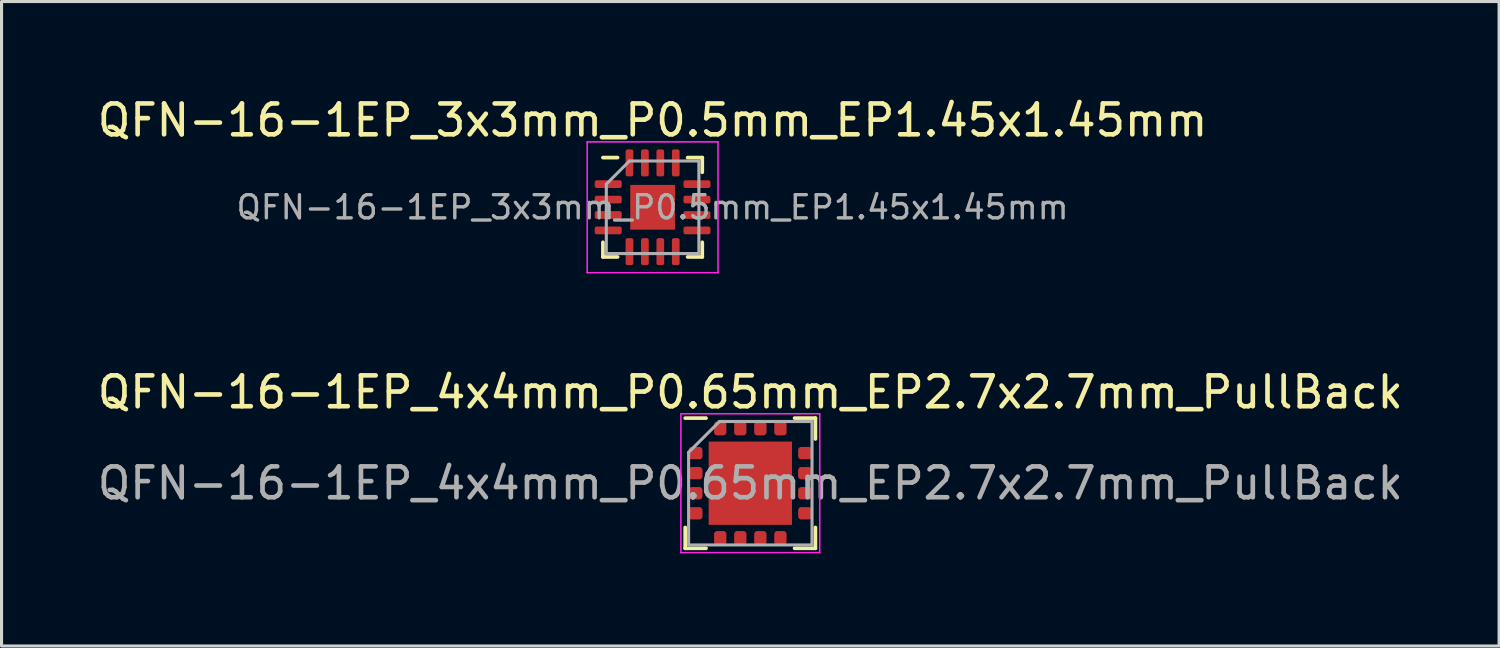
<source format=kicad_pcb>
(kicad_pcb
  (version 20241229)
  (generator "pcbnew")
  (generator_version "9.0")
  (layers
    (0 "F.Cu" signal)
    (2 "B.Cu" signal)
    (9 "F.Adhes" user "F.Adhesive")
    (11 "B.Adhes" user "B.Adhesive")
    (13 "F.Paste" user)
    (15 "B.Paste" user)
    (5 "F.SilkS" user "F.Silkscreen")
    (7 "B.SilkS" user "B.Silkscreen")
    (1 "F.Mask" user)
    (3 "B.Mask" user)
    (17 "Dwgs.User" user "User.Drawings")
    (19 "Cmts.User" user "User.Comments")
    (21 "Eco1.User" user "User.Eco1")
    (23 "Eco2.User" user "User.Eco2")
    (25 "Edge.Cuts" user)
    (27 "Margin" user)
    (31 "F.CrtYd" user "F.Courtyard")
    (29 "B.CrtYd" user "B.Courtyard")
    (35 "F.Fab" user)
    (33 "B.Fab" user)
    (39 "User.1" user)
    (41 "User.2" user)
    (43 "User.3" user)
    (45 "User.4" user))
  (footprint "QFN-16-1EP_3x3mm_P0.5mm_EP1.45x1.45mm"
    (layer "F.Cu")
    (at 18.101 3.668)
    (property "Reference" "QFN-16-1EP_3x3mm_P0.5mm_EP1.45x1.45mm" (at 0 -2.82 0) (layer "F.SilkS") (effects (font (size 1 1) (thickness 0.15))))
    (attr smd)
    (fp_line (start -1.61 1.61) (end -1.61 1.135) (stroke (width 0.12) (type solid)) (layer "F.SilkS"))
    (fp_line (start -1.135 -1.61) (end -1.61 -1.61) (stroke (width 0.12) (type solid)) (layer "F.SilkS"))
    (fp_line (start -1.135 1.61) (end -1.61 1.61) (stroke (width 0.12) (type solid)) (layer "F.SilkS"))
    (fp_line (start 1.135 -1.61) (end 1.61 -1.61) (stroke (width 0.12) (type solid)) (layer "F.SilkS"))
    (fp_line (start 1.135 1.61) (end 1.61 1.61) (stroke (width 0.12) (type solid)) (layer "F.SilkS"))
    (fp_line (start 1.61 -1.61) (end 1.61 -1.135) (stroke (width 0.12) (type solid)) (layer "F.SilkS"))
    (fp_line (start 1.61 1.61) (end 1.61 1.135) (stroke (width 0.12) (type solid)) (layer "F.SilkS"))
    (fp_line (start -2.12 -2.12) (end -2.12 2.12) (stroke (width 0.05) (type solid)) (layer "F.CrtYd"))
    (fp_line (start -2.12 2.12) (end 2.12 2.12) (stroke (width 0.05) (type solid)) (layer "F.CrtYd"))
    (fp_line (start 2.12 -2.12) (end -2.12 -2.12) (stroke (width 0.05) (type solid)) (layer "F.CrtYd"))
    (fp_line (start 2.12 2.12) (end 2.12 -2.12) (stroke (width 0.05) (type solid)) (layer "F.CrtYd"))
    (fp_line (start -1.5 -0.75) (end -0.75 -1.5) (stroke (width 0.1) (type solid)) (layer "F.Fab"))
    (fp_line (start -1.5 1.5) (end -1.5 -0.75) (stroke (width 0.1) (type solid)) (layer "F.Fab"))
    (fp_line (start -0.75 -1.5) (end 1.5 -1.5) (stroke (width 0.1) (type solid)) (layer "F.Fab"))
    (fp_line (start 1.5 -1.5) (end 1.5 1.5) (stroke (width 0.1) (type solid)) (layer "F.Fab"))
    (fp_line (start 1.5 1.5) (end -1.5 1.5) (stroke (width 0.1) (type solid)) (layer "F.Fab"))
    (fp_text user "${REFERENCE}" (at 0 0 0) (layer "F.Fab") (effects (font (size 0.75 0.75) (thickness 0.11))))
    (pad "" smd roundrect (at -0.36 -0.36) (size 0.58 0.58) (layers "F.Paste") (roundrect_rratio 0.25))
    (pad "" smd roundrect (at -0.36 0.36) (size 0.58 0.58) (layers "F.Paste") (roundrect_rratio 0.25))
    (pad "" smd roundrect (at 0.36 -0.36) (size 0.58 0.58) (layers "F.Paste") (roundrect_rratio 0.25))
    (pad "" smd roundrect (at 0.36 0.36) (size 0.58 0.58) (layers "F.Paste") (roundrect_rratio 0.25))
    (pad "1" smd roundrect (at -1.438 -0.75) (size 0.875 0.25) (layers "F.Cu" "F.Mask" "F.Paste") (roundrect_rratio 0.25))
    (pad "2" smd roundrect (at -1.438 -0.25) (size 0.875 0.25) (layers "F.Cu" "F.Mask" "F.Paste") (roundrect_rratio 0.25))
    (pad "3" smd roundrect (at -1.438 0.25) (size 0.875 0.25) (layers "F.Cu" "F.Mask" "F.Paste") (roundrect_rratio 0.25))
    (pad "4" smd roundrect (at -1.438 0.75) (size 0.875 0.25) (layers "F.Cu" "F.Mask" "F.Paste") (roundrect_rratio 0.25))
    (pad "5" smd roundrect (at -0.75 1.438) (size 0.25 0.875) (layers "F.Cu" "F.Mask" "F.Paste") (roundrect_rratio 0.25))
    (pad "6" smd roundrect (at -0.25 1.438) (size 0.25 0.875) (layers "F.Cu" "F.Mask" "F.Paste") (roundrect_rratio 0.25))
    (pad "7" smd roundrect (at 0.25 1.438) (size 0.25 0.875) (layers "F.Cu" "F.Mask" "F.Paste") (roundrect_rratio 0.25))
    (pad "8" smd roundrect (at 0.75 1.438) (size 0.25 0.875) (layers "F.Cu" "F.Mask" "F.Paste") (roundrect_rratio 0.25))
    (pad "9" smd roundrect (at 1.438 0.75) (size 0.875 0.25) (layers "F.Cu" "F.Mask" "F.Paste") (roundrect_rratio 0.25))
    (pad "10" smd roundrect (at 1.438 0.25) (size 0.875 0.25) (layers "F.Cu" "F.Mask" "F.Paste") (roundrect_rratio 0.25))
    (pad "11" smd roundrect (at 1.438 -0.25) (size 0.875 0.25) (layers "F.Cu" "F.Mask" "F.Paste") (roundrect_rratio 0.25))
    (pad "12" smd roundrect (at 1.438 -0.75) (size 0.875 0.25) (layers "F.Cu" "F.Mask" "F.Paste") (roundrect_rratio 0.25))
    (pad "13" smd roundrect (at 0.75 -1.438) (size 0.25 0.875) (layers "F.Cu" "F.Mask" "F.Paste") (roundrect_rratio 0.25))
    (pad "14" smd roundrect (at 0.25 -1.438) (size 0.25 0.875) (layers "F.Cu" "F.Mask" "F.Paste") (roundrect_rratio 0.25))
    (pad "15" smd roundrect (at -0.25 -1.438) (size 0.25 0.875) (layers "F.Cu" "F.Mask" "F.Paste") (roundrect_rratio 0.25))
    (pad "16" smd roundrect (at -0.75 -1.438) (size 0.25 0.875) (layers "F.Cu" "F.Mask" "F.Paste") (roundrect_rratio 0.25))
    (pad "17" smd rect (at 0 0) (size 1.45 1.45) (layers "F.Cu" "F.Mask")))
  (footprint "QFN-16-1EP_4x4mm_P0.65mm_EP2.7x2.7mm_PullBack"
    (layer "F.Cu")
    (at 21.268 12.611)
    (property "Reference" "QFN-16-1EP_4x4mm_P0.65mm_EP2.7x2.7mm_PullBack" (at 0 -2.95 0) (layer "F.SilkS") (effects (font (size 1 1) (thickness 0.15))))
    (attr smd)
    (fp_line (start -2.11 2.11) (end -2.11 1.435) (stroke (width 0.12) (type solid)) (layer "F.SilkS"))
    (fp_line (start -1.435 -2.11) (end -2.11 -2.11) (stroke (width 0.12) (type solid)) (layer "F.SilkS"))
    (fp_line (start -1.435 2.11) (end -2.11 2.11) (stroke (width 0.12) (type solid)) (layer "F.SilkS"))
    (fp_line (start 1.435 -2.11) (end 2.11 -2.11) (stroke (width 0.12) (type solid)) (layer "F.SilkS"))
    (fp_line (start 1.435 2.11) (end 2.11 2.11) (stroke (width 0.12) (type solid)) (layer "F.SilkS"))
    (fp_line (start 2.11 -2.11) (end 2.11 -1.435) (stroke (width 0.12) (type solid)) (layer "F.SilkS"))
    (fp_line (start 2.11 2.11) (end 2.11 1.435) (stroke (width 0.12) (type solid)) (layer "F.SilkS"))
    (fp_line (start -2.25 -2.25) (end -2.25 2.25) (stroke (width 0.05) (type solid)) (layer "F.CrtYd"))
    (fp_line (start -2.25 2.25) (end 2.25 2.25) (stroke (width 0.05) (type solid)) (layer "F.CrtYd"))
    (fp_line (start 2.25 -2.25) (end -2.25 -2.25) (stroke (width 0.05) (type solid)) (layer "F.CrtYd"))
    (fp_line (start 2.25 2.25) (end 2.25 -2.25) (stroke (width 0.05) (type solid)) (layer "F.CrtYd"))
    (fp_line (start -2 -1) (end -1 -2) (stroke (width 0.1) (type solid)) (layer "F.Fab"))
    (fp_line (start -2 2) (end -2 -1) (stroke (width 0.1) (type solid)) (layer "F.Fab"))
    (fp_line (start -1 -2) (end 2 -2) (stroke (width 0.1) (type solid)) (layer "F.Fab"))
    (fp_line (start 2 -2) (end 2 2) (stroke (width 0.1) (type solid)) (layer "F.Fab"))
    (fp_line (start 2 2) (end -2 2) (stroke (width 0.1) (type solid)) (layer "F.Fab"))
    (fp_text user "${REFERENCE}" (at 0 0 0) (layer "F.Fab") (effects (font (size 1 1) (thickness 0.15))))
    (pad "" smd roundrect (at -0.675 -0.675) (size 1.09 1.09) (layers "F.Paste") (roundrect_rratio 0.229))
    (pad "" smd roundrect (at -0.675 0.675) (size 1.09 1.09) (layers "F.Paste") (roundrect_rratio 0.229))
    (pad "" smd roundrect (at 0.675 -0.675) (size 1.09 1.09) (layers "F.Paste") (roundrect_rratio 0.229))
    (pad "" smd roundrect (at 0.675 0.675) (size 1.09 1.09) (layers "F.Paste") (roundrect_rratio 0.229))
    (pad "1" smd roundrect (at -1.775 -0.975) (size 0.45 0.4) (layers "F.Cu" "F.Mask" "F.Paste") (roundrect_rratio 0.25))
    (pad "2" smd roundrect (at -1.775 -0.325) (size 0.45 0.4) (layers "F.Cu" "F.Mask" "F.Paste") (roundrect_rratio 0.25))
    (pad "3" smd roundrect (at -1.775 0.325) (size 0.45 0.4) (layers "F.Cu" "F.Mask" "F.Paste") (roundrect_rratio 0.25))
    (pad "4" smd roundrect (at -1.775 0.975) (size 0.45 0.4) (layers "F.Cu" "F.Mask" "F.Paste") (roundrect_rratio 0.25))
    (pad "5" smd roundrect (at -0.975 1.775) (size 0.4 0.45) (layers "F.Cu" "F.Mask" "F.Paste") (roundrect_rratio 0.25))
    (pad "6" smd roundrect (at -0.325 1.775) (size 0.4 0.45) (layers "F.Cu" "F.Mask" "F.Paste") (roundrect_rratio 0.25))
    (pad "7" smd roundrect (at 0.325 1.775) (size 0.4 0.45) (layers "F.Cu" "F.Mask" "F.Paste") (roundrect_rratio 0.25))
    (pad "8" smd roundrect (at 0.975 1.775) (size 0.4 0.45) (layers "F.Cu" "F.Mask" "F.Paste") (roundrect_rratio 0.25))
    (pad "9" smd roundrect (at 1.775 0.975) (size 0.45 0.4) (layers "F.Cu" "F.Mask" "F.Paste") (roundrect_rratio 0.25))
    (pad "10" smd roundrect (at 1.775 0.325) (size 0.45 0.4) (layers "F.Cu" "F.Mask" "F.Paste") (roundrect_rratio 0.25))
    (pad "11" smd roundrect (at 1.775 -0.325) (size 0.45 0.4) (layers "F.Cu" "F.Mask" "F.Paste") (roundrect_rratio 0.25))
    (pad "12" smd roundrect (at 1.775 -0.975) (size 0.45 0.4) (layers "F.Cu" "F.Mask" "F.Paste") (roundrect_rratio 0.25))
    (pad "13" smd roundrect (at 0.975 -1.775) (size 0.4 0.45) (layers "F.Cu" "F.Mask" "F.Paste") (roundrect_rratio 0.25))
    (pad "14" smd roundrect (at 0.325 -1.775) (size 0.4 0.45) (layers "F.Cu" "F.Mask" "F.Paste") (roundrect_rratio 0.25))
    (pad "15" smd roundrect (at -0.325 -1.775) (size 0.4 0.45) (layers "F.Cu" "F.Mask" "F.Paste") (roundrect_rratio 0.25))
    (pad "16" smd roundrect (at -0.975 -1.775) (size 0.4 0.45) (layers "F.Cu" "F.Mask" "F.Paste") (roundrect_rratio 0.25))
    (pad "17" smd rect (at 0 0) (size 2.7 2.7) (layers "F.Cu" "F.Mask")))
  (gr_rect
    (start -3 -3)
    (end 45.536 17.887)
    (stroke (width 0.1) (type default))
    (fill no)
    (layer "Edge.Cuts")))
</source>
